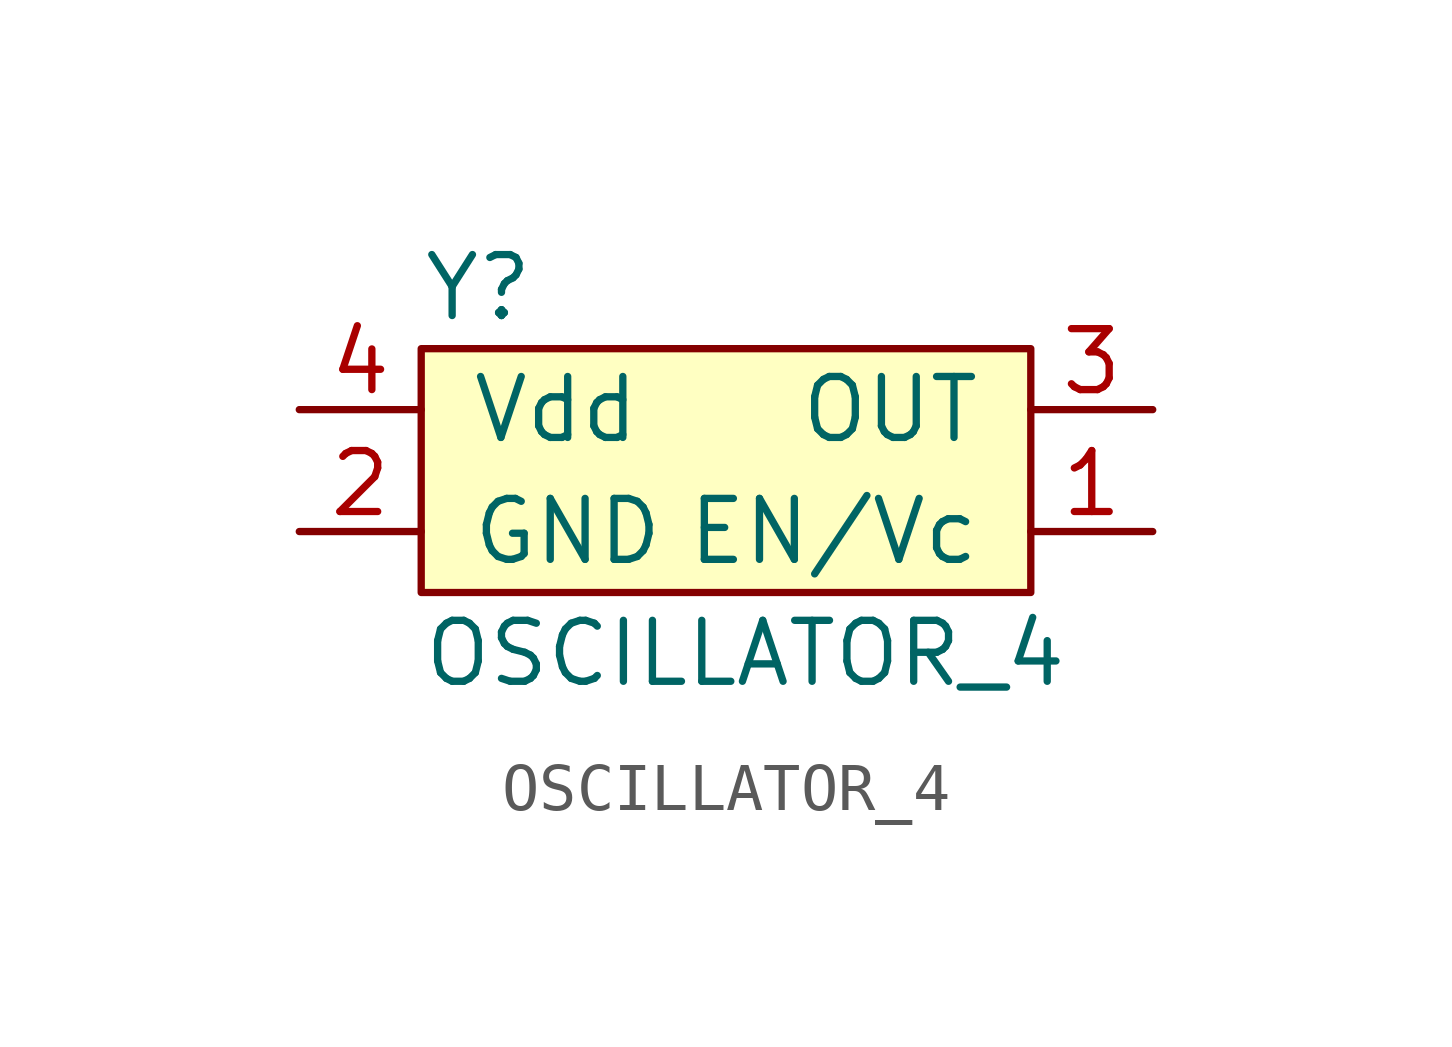
<source format=kicad_sym>
(kicad_symbol_lib
  (version 20211014)
  (generator kicad_symbol_editor)
  (symbol "OSCILLATOR_4"
    (pin_names
      (offset 1.016))
    (property "Reference" "Y"
      (at -5.08 2.54 0)
      (effects (font (size 1.27 1.27)) (justify left)))
    (property "Value" "OSCILLATOR_4"
      (at -5.08 -5.08 0)
      (effects (font (size 1.27 1.27)) (justify left)))
    (symbol "OSCILLATOR_4_0_1"
      (rectangle (start -5.08 1.27) (end 7.62 -3.81) (stroke (width 0) (type default) (color 0 0 0 0)) (fill (type background))))
    (symbol "OSCILLATOR_4_1_1"
      (pin input line (at 10.16 -2.54 180) (length 2.54) (name "EN/Vc" (effects (font (size 1.27 1.27)))) (number "1" (effects (font (size 1.27 1.27)))))
      (pin power_in line (at -7.62 -2.54 0) (length 2.54) (name "GND" (effects (font (size 1.27 1.27)))) (number "2" (effects (font (size 1.27 1.27)))))
      (pin output line (at 10.16 0 180) (length 2.54) (name "OUT" (effects (font (size 1.27 1.27)))) (number "3" (effects (font (size 1.27 1.27)))))
      (pin power_in line (at -7.62 0 0) (length 2.54) (name "Vdd" (effects (font (size 1.27 1.27)))) (number "4" (effects (font (size 1.27 1.27))))))))
</source>
